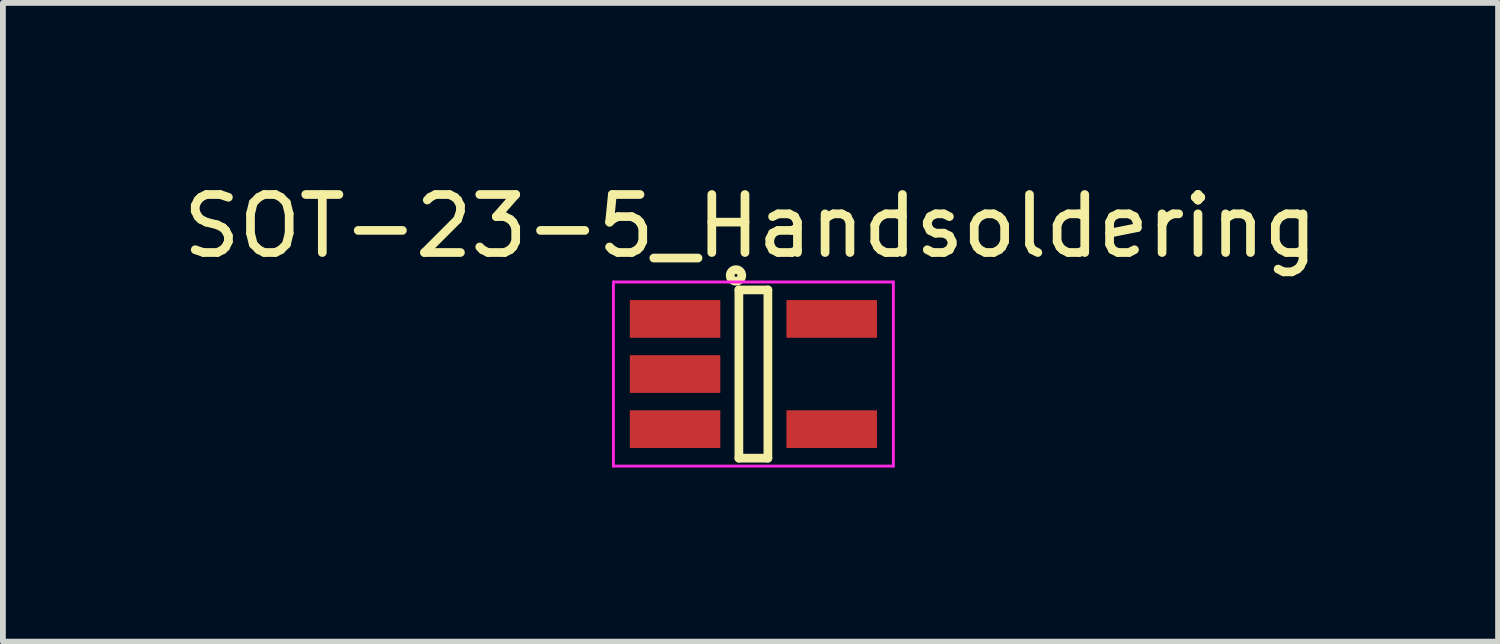
<source format=kicad_pcb>
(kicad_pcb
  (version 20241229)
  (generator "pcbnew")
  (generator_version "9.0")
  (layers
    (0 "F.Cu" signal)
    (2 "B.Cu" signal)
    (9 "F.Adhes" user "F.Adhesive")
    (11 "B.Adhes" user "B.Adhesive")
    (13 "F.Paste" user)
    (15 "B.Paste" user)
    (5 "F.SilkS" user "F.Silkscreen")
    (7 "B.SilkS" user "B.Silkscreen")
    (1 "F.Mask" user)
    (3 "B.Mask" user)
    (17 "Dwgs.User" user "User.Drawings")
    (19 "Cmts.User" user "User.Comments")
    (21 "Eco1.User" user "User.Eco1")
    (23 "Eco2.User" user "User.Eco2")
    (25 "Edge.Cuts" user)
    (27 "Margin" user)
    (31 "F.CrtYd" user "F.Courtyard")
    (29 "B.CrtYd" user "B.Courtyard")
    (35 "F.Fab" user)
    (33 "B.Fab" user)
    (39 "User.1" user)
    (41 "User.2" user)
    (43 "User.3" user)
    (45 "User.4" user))
  (footprint "SOT-23-5_Handsoldering"
    (layer "F.Cu")
    (at 9.937 3.398)
    (property "Reference" "SOT-23-5_Handsoldering" (at -0.05 -2.55 0) (layer "F.SilkS") (effects (font (size 1 1) (thickness 0.15))))
    (attr smd)
    (fp_line (start -0.25 -1.45) (end -0.25 1.45) (stroke (width 0.15) (type solid)) (layer "F.SilkS"))
    (fp_line (start -0.25 1.45) (end 0.25 1.45) (stroke (width 0.15) (type solid)) (layer "F.SilkS"))
    (fp_line (start 0.25 -1.45) (end -0.25 -1.45) (stroke (width 0.15) (type solid)) (layer "F.SilkS"))
    (fp_line (start 0.25 1.45) (end 0.25 -1.45) (stroke (width 0.15) (type solid)) (layer "F.SilkS"))
    (fp_circle (center -0.3 -1.7) (end -0.2 -1.7) (stroke (width 0.15) (type solid)) (fill no) (layer "F.SilkS"))
    (fp_line (start -2.413 -1.587) (end 2.413 -1.587) (stroke (width 0.05) (type solid)) (layer "F.CrtYd"))
    (fp_line (start -2.413 1.587) (end -2.413 -1.587) (stroke (width 0.05) (type solid)) (layer "F.CrtYd"))
    (fp_line (start 2.413 -1.587) (end 2.413 1.587) (stroke (width 0.05) (type solid)) (layer "F.CrtYd"))
    (fp_line (start 2.413 1.587) (end -2.413 1.587) (stroke (width 0.05) (type solid)) (layer "F.CrtYd"))
    (pad "1" smd rect (at -1.35 -0.95) (size 1.56 0.65) (layers "F.Cu" "F.Mask" "F.Paste"))
    (pad "2" smd rect (at -1.35 0) (size 1.56 0.65) (layers "F.Cu" "F.Mask" "F.Paste"))
    (pad "3" smd rect (at -1.35 0.95) (size 1.56 0.65) (layers "F.Cu" "F.Mask" "F.Paste"))
    (pad "4" smd rect (at 1.35 0.95) (size 1.56 0.65) (layers "F.Cu" "F.Mask" "F.Paste"))
    (pad "5" smd rect (at 1.35 -0.95) (size 1.56 0.65) (layers "F.Cu" "F.Mask" "F.Paste")))
  (gr_rect
    (start -3 -3)
    (end 22.774 8.011)
    (stroke (width 0.1) (type default))
    (fill no)
    (layer "Edge.Cuts")))
</source>
